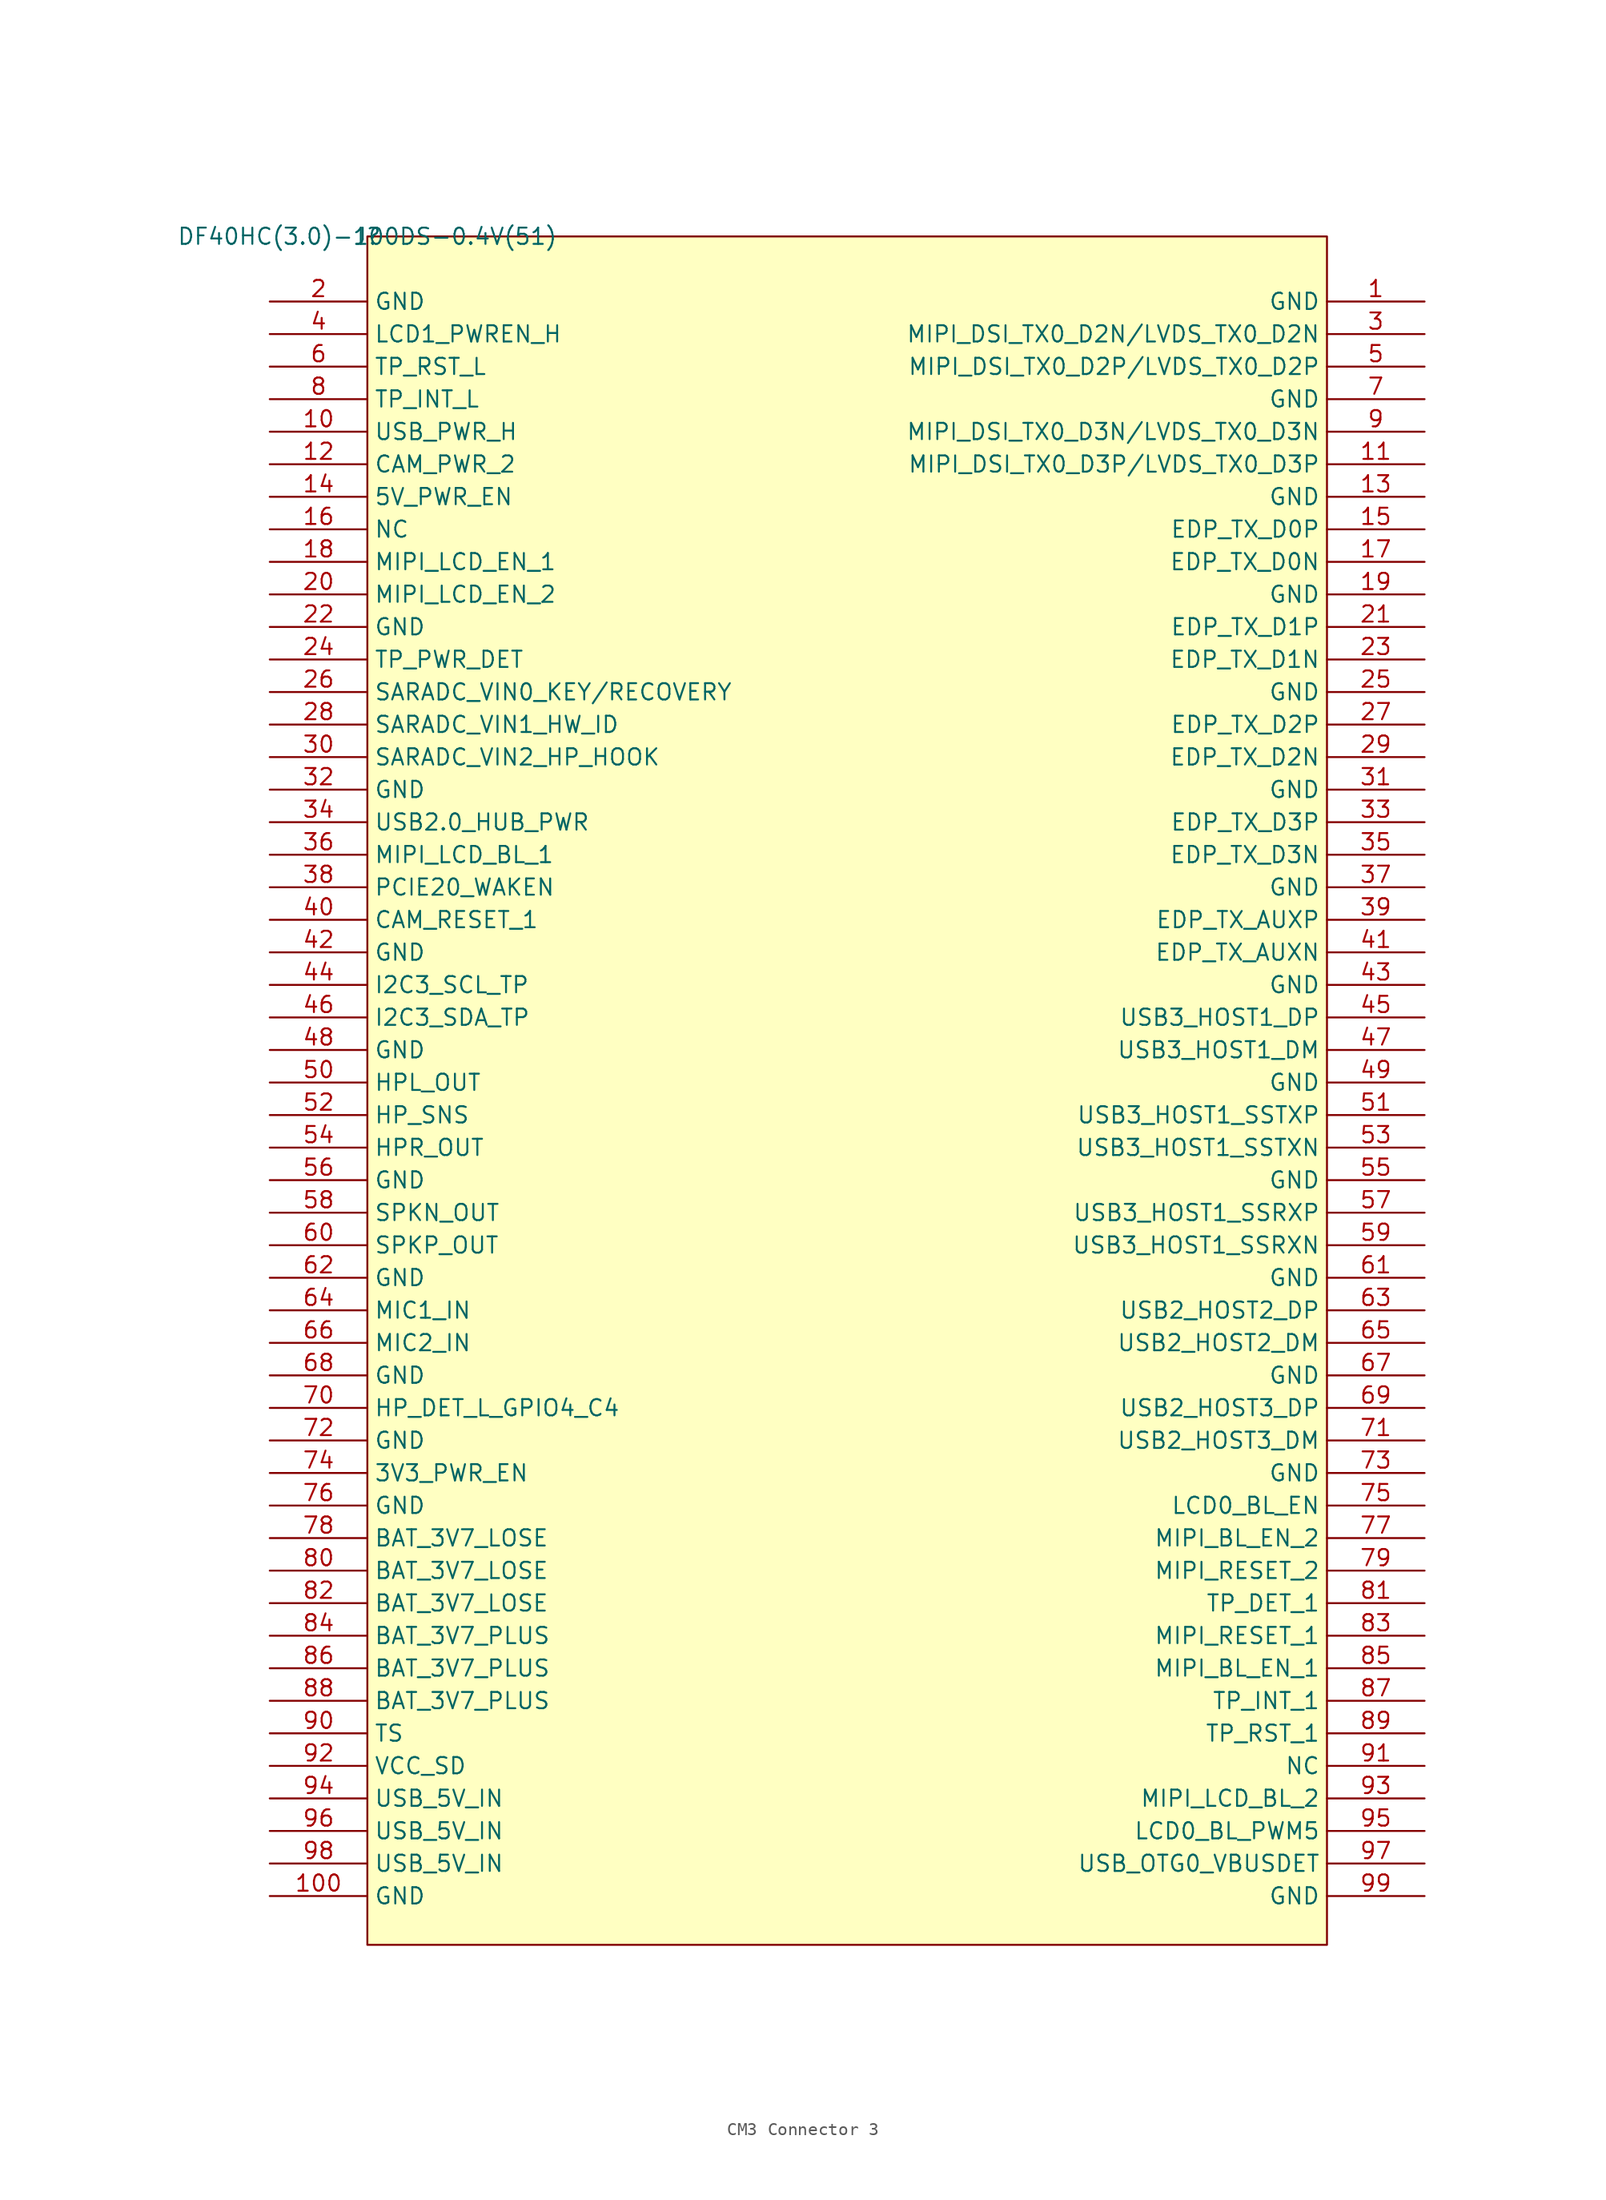
<source format=kicad_sym>
(kicad_symbol_lib
  (version 20241209)
  (generator "kicad_symbol_editor")
  (generator_version "9.0")
  (symbol "CM3 Connector 3"
    (property "Reference" "J"
      (at 0 0 0)
      (effects (font (size 1.27 1.27))))
    (property "Value" "DF40HC(3.0)-100DS-0.4V(51)"
      (at 0 0 0)
      (effects (font (size 1.27 1.27))))
    (symbol "CM3 Connector 3_1_0"
      (rectangle (start 0 0) (end 74.93 -133.35) (stroke (width 0) (type solid) (color 128 0 0 1)) (fill (type background)))
      (pin passive line (at -7.62 -5.08 0) (length 7.62) (name "GND" (effects (font (size 1.27 1.27)))) (number "2" (effects (font (size 1.27 1.27)))))
      (pin passive line (at -7.62 -7.62 0) (length 7.62) (name "LCD1_PWREN_H" (effects (font (size 1.27 1.27)))) (number "4" (effects (font (size 1.27 1.27)))))
      (pin passive line (at -7.62 -10.16 0) (length 7.62) (name "TP_RST_L" (effects (font (size 1.27 1.27)))) (number "6" (effects (font (size 1.27 1.27)))))
      (pin passive line (at -7.62 -12.7 0) (length 7.62) (name "TP_INT_L" (effects (font (size 1.27 1.27)))) (number "8" (effects (font (size 1.27 1.27)))))
      (pin passive line (at -7.62 -15.24 0) (length 7.62) (name "USB_PWR_H" (effects (font (size 1.27 1.27)))) (number "10" (effects (font (size 1.27 1.27)))))
      (pin passive line (at -7.62 -17.78 0) (length 7.62) (name "CAM_PWR_2" (effects (font (size 1.27 1.27)))) (number "12" (effects (font (size 1.27 1.27)))))
      (pin passive line (at -7.62 -20.32 0) (length 7.62) (name "5V_PWR_EN" (effects (font (size 1.27 1.27)))) (number "14" (effects (font (size 1.27 1.27)))))
      (pin passive line (at -7.62 -22.86 0) (length 7.62) (name "NC" (effects (font (size 1.27 1.27)))) (number "16" (effects (font (size 1.27 1.27)))))
      (pin passive line (at -7.62 -25.4 0) (length 7.62) (name "MIPI_LCD_EN_1" (effects (font (size 1.27 1.27)))) (number "18" (effects (font (size 1.27 1.27)))))
      (pin passive line (at -7.62 -27.94 0) (length 7.62) (name "MIPI_LCD_EN_2" (effects (font (size 1.27 1.27)))) (number "20" (effects (font (size 1.27 1.27)))))
      (pin passive line (at -7.62 -30.48 0) (length 7.62) (name "GND" (effects (font (size 1.27 1.27)))) (number "22" (effects (font (size 1.27 1.27)))))
      (pin passive line (at -7.62 -33.02 0) (length 7.62) (name "TP_PWR_DET" (effects (font (size 1.27 1.27)))) (number "24" (effects (font (size 1.27 1.27)))))
      (pin passive line (at -7.62 -35.56 0) (length 7.62) (name "SARADC_VIN0_KEY/RECOVERY" (effects (font (size 1.27 1.27)))) (number "26" (effects (font (size 1.27 1.27)))))
      (pin passive line (at -7.62 -38.1 0) (length 7.62) (name "SARADC_VIN1_HW_ID" (effects (font (size 1.27 1.27)))) (number "28" (effects (font (size 1.27 1.27)))))
      (pin passive line (at -7.62 -40.64 0) (length 7.62) (name "SARADC_VIN2_HP_HOOK" (effects (font (size 1.27 1.27)))) (number "30" (effects (font (size 1.27 1.27)))))
      (pin passive line (at -7.62 -43.18 0) (length 7.62) (name "GND" (effects (font (size 1.27 1.27)))) (number "32" (effects (font (size 1.27 1.27)))))
      (pin passive line (at -7.62 -45.72 0) (length 7.62) (name "USB2.0_HUB_PWR" (effects (font (size 1.27 1.27)))) (number "34" (effects (font (size 1.27 1.27)))))
      (pin passive line (at -7.62 -48.26 0) (length 7.62) (name "MIPI_LCD_BL_1" (effects (font (size 1.27 1.27)))) (number "36" (effects (font (size 1.27 1.27)))))
      (pin passive line (at -7.62 -50.8 0) (length 7.62) (name "PCIE20_WAKEN" (effects (font (size 1.27 1.27)))) (number "38" (effects (font (size 1.27 1.27)))))
      (pin passive line (at -7.62 -53.34 0) (length 7.62) (name "CAM_RESET_1" (effects (font (size 1.27 1.27)))) (number "40" (effects (font (size 1.27 1.27)))))
      (pin passive line (at -7.62 -55.88 0) (length 7.62) (name "GND" (effects (font (size 1.27 1.27)))) (number "42" (effects (font (size 1.27 1.27)))))
      (pin passive line (at -7.62 -58.42 0) (length 7.62) (name "I2C3_SCL_TP" (effects (font (size 1.27 1.27)))) (number "44" (effects (font (size 1.27 1.27)))))
      (pin passive line (at -7.62 -60.96 0) (length 7.62) (name "I2C3_SDA_TP" (effects (font (size 1.27 1.27)))) (number "46" (effects (font (size 1.27 1.27)))))
      (pin passive line (at -7.62 -63.5 0) (length 7.62) (name "GND" (effects (font (size 1.27 1.27)))) (number "48" (effects (font (size 1.27 1.27)))))
      (pin passive line (at -7.62 -66.04 0) (length 7.62) (name "HPL_OUT" (effects (font (size 1.27 1.27)))) (number "50" (effects (font (size 1.27 1.27)))))
      (pin passive line (at -7.62 -68.58 0) (length 7.62) (name "HP_SNS" (effects (font (size 1.27 1.27)))) (number "52" (effects (font (size 1.27 1.27)))))
      (pin passive line (at -7.62 -71.12 0) (length 7.62) (name "HPR_OUT" (effects (font (size 1.27 1.27)))) (number "54" (effects (font (size 1.27 1.27)))))
      (pin passive line (at -7.62 -73.66 0) (length 7.62) (name "GND" (effects (font (size 1.27 1.27)))) (number "56" (effects (font (size 1.27 1.27)))))
      (pin passive line (at -7.62 -76.2 0) (length 7.62) (name "SPKN_OUT" (effects (font (size 1.27 1.27)))) (number "58" (effects (font (size 1.27 1.27)))))
      (pin passive line (at -7.62 -78.74 0) (length 7.62) (name "SPKP_OUT" (effects (font (size 1.27 1.27)))) (number "60" (effects (font (size 1.27 1.27)))))
      (pin passive line (at -7.62 -81.28 0) (length 7.62) (name "GND" (effects (font (size 1.27 1.27)))) (number "62" (effects (font (size 1.27 1.27)))))
      (pin passive line (at -7.62 -83.82 0) (length 7.62) (name "MIC1_IN" (effects (font (size 1.27 1.27)))) (number "64" (effects (font (size 1.27 1.27)))))
      (pin passive line (at -7.62 -86.36 0) (length 7.62) (name "MIC2_IN" (effects (font (size 1.27 1.27)))) (number "66" (effects (font (size 1.27 1.27)))))
      (pin passive line (at -7.62 -88.9 0) (length 7.62) (name "GND" (effects (font (size 1.27 1.27)))) (number "68" (effects (font (size 1.27 1.27)))))
      (pin passive line (at -7.62 -91.44 0) (length 7.62) (name "HP_DET_L_GPIO4_C4" (effects (font (size 1.27 1.27)))) (number "70" (effects (font (size 1.27 1.27)))))
      (pin passive line (at -7.62 -93.98 0) (length 7.62) (name "GND" (effects (font (size 1.27 1.27)))) (number "72" (effects (font (size 1.27 1.27)))))
      (pin passive line (at -7.62 -96.52 0) (length 7.62) (name "3V3_PWR_EN" (effects (font (size 1.27 1.27)))) (number "74" (effects (font (size 1.27 1.27)))))
      (pin passive line (at -7.62 -99.06 0) (length 7.62) (name "GND" (effects (font (size 1.27 1.27)))) (number "76" (effects (font (size 1.27 1.27)))))
      (pin passive line (at -7.62 -101.6 0) (length 7.62) (name "BAT_3V7_LOSE" (effects (font (size 1.27 1.27)))) (number "78" (effects (font (size 1.27 1.27)))))
      (pin passive line (at -7.62 -104.14 0) (length 7.62) (name "BAT_3V7_LOSE" (effects (font (size 1.27 1.27)))) (number "80" (effects (font (size 1.27 1.27)))))
      (pin passive line (at -7.62 -106.68 0) (length 7.62) (name "BAT_3V7_LOSE" (effects (font (size 1.27 1.27)))) (number "82" (effects (font (size 1.27 1.27)))))
      (pin passive line (at -7.62 -109.22 0) (length 7.62) (name "BAT_3V7_PLUS" (effects (font (size 1.27 1.27)))) (number "84" (effects (font (size 1.27 1.27)))))
      (pin passive line (at -7.62 -111.76 0) (length 7.62) (name "BAT_3V7_PLUS" (effects (font (size 1.27 1.27)))) (number "86" (effects (font (size 1.27 1.27)))))
      (pin passive line (at -7.62 -114.3 0) (length 7.62) (name "BAT_3V7_PLUS" (effects (font (size 1.27 1.27)))) (number "88" (effects (font (size 1.27 1.27)))))
      (pin passive line (at -7.62 -116.84 0) (length 7.62) (name "TS" (effects (font (size 1.27 1.27)))) (number "90" (effects (font (size 1.27 1.27)))))
      (pin passive line (at -7.62 -119.38 0) (length 7.62) (name "VCC_SD" (effects (font (size 1.27 1.27)))) (number "92" (effects (font (size 1.27 1.27)))))
      (pin passive line (at -7.62 -121.92 0) (length 7.62) (name "USB_5V_IN" (effects (font (size 1.27 1.27)))) (number "94" (effects (font (size 1.27 1.27)))))
      (pin passive line (at -7.62 -124.46 0) (length 7.62) (name "USB_5V_IN" (effects (font (size 1.27 1.27)))) (number "96" (effects (font (size 1.27 1.27)))))
      (pin passive line (at -7.62 -127 0) (length 7.62) (name "USB_5V_IN" (effects (font (size 1.27 1.27)))) (number "98" (effects (font (size 1.27 1.27)))))
      (pin passive line (at -7.62 -129.54 0) (length 7.62) (name "GND" (effects (font (size 1.27 1.27)))) (number "100" (effects (font (size 1.27 1.27)))))
      (pin passive line (at 82.55 -5.08 180) (length 7.62) (name "GND" (effects (font (size 1.27 1.27)))) (number "1" (effects (font (size 1.27 1.27)))))
      (pin passive line (at 82.55 -7.62 180) (length 7.62) (name "MIPI_DSI_TX0_D2N/LVDS_TX0_D2N" (effects (font (size 1.27 1.27)))) (number "3" (effects (font (size 1.27 1.27)))))
      (pin passive line (at 82.55 -10.16 180) (length 7.62) (name "MIPI_DSI_TX0_D2P/LVDS_TX0_D2P" (effects (font (size 1.27 1.27)))) (number "5" (effects (font (size 1.27 1.27)))))
      (pin passive line (at 82.55 -12.7 180) (length 7.62) (name "GND" (effects (font (size 1.27 1.27)))) (number "7" (effects (font (size 1.27 1.27)))))
      (pin passive line (at 82.55 -15.24 180) (length 7.62) (name "MIPI_DSI_TX0_D3N/LVDS_TX0_D3N" (effects (font (size 1.27 1.27)))) (number "9" (effects (font (size 1.27 1.27)))))
      (pin passive line (at 82.55 -17.78 180) (length 7.62) (name "MIPI_DSI_TX0_D3P/LVDS_TX0_D3P" (effects (font (size 1.27 1.27)))) (number "11" (effects (font (size 1.27 1.27)))))
      (pin passive line (at 82.55 -20.32 180) (length 7.62) (name "GND" (effects (font (size 1.27 1.27)))) (number "13" (effects (font (size 1.27 1.27)))))
      (pin passive line (at 82.55 -22.86 180) (length 7.62) (name "EDP_TX_D0P" (effects (font (size 1.27 1.27)))) (number "15" (effects (font (size 1.27 1.27)))))
      (pin passive line (at 82.55 -25.4 180) (length 7.62) (name "EDP_TX_D0N" (effects (font (size 1.27 1.27)))) (number "17" (effects (font (size 1.27 1.27)))))
      (pin passive line (at 82.55 -27.94 180) (length 7.62) (name "GND" (effects (font (size 1.27 1.27)))) (number "19" (effects (font (size 1.27 1.27)))))
      (pin passive line (at 82.55 -30.48 180) (length 7.62) (name "EDP_TX_D1P" (effects (font (size 1.27 1.27)))) (number "21" (effects (font (size 1.27 1.27)))))
      (pin passive line (at 82.55 -33.02 180) (length 7.62) (name "EDP_TX_D1N" (effects (font (size 1.27 1.27)))) (number "23" (effects (font (size 1.27 1.27)))))
      (pin passive line (at 82.55 -35.56 180) (length 7.62) (name "GND" (effects (font (size 1.27 1.27)))) (number "25" (effects (font (size 1.27 1.27)))))
      (pin passive line (at 82.55 -38.1 180) (length 7.62) (name "EDP_TX_D2P" (effects (font (size 1.27 1.27)))) (number "27" (effects (font (size 1.27 1.27)))))
      (pin passive line (at 82.55 -40.64 180) (length 7.62) (name "EDP_TX_D2N" (effects (font (size 1.27 1.27)))) (number "29" (effects (font (size 1.27 1.27)))))
      (pin passive line (at 82.55 -43.18 180) (length 7.62) (name "GND" (effects (font (size 1.27 1.27)))) (number "31" (effects (font (size 1.27 1.27)))))
      (pin passive line (at 82.55 -45.72 180) (length 7.62) (name "EDP_TX_D3P" (effects (font (size 1.27 1.27)))) (number "33" (effects (font (size 1.27 1.27)))))
      (pin passive line (at 82.55 -48.26 180) (length 7.62) (name "EDP_TX_D3N" (effects (font (size 1.27 1.27)))) (number "35" (effects (font (size 1.27 1.27)))))
      (pin passive line (at 82.55 -50.8 180) (length 7.62) (name "GND" (effects (font (size 1.27 1.27)))) (number "37" (effects (font (size 1.27 1.27)))))
      (pin passive line (at 82.55 -53.34 180) (length 7.62) (name "EDP_TX_AUXP" (effects (font (size 1.27 1.27)))) (number "39" (effects (font (size 1.27 1.27)))))
      (pin passive line (at 82.55 -55.88 180) (length 7.62) (name "EDP_TX_AUXN" (effects (font (size 1.27 1.27)))) (number "41" (effects (font (size 1.27 1.27)))))
      (pin passive line (at 82.55 -58.42 180) (length 7.62) (name "GND" (effects (font (size 1.27 1.27)))) (number "43" (effects (font (size 1.27 1.27)))))
      (pin passive line (at 82.55 -60.96 180) (length 7.62) (name "USB3_HOST1_DP" (effects (font (size 1.27 1.27)))) (number "45" (effects (font (size 1.27 1.27)))))
      (pin passive line (at 82.55 -63.5 180) (length 7.62) (name "USB3_HOST1_DM" (effects (font (size 1.27 1.27)))) (number "47" (effects (font (size 1.27 1.27)))))
      (pin passive line (at 82.55 -66.04 180) (length 7.62) (name "GND" (effects (font (size 1.27 1.27)))) (number "49" (effects (font (size 1.27 1.27)))))
      (pin passive line (at 82.55 -68.58 180) (length 7.62) (name "USB3_HOST1_SSTXP" (effects (font (size 1.27 1.27)))) (number "51" (effects (font (size 1.27 1.27)))))
      (pin passive line (at 82.55 -71.12 180) (length 7.62) (name "USB3_HOST1_SSTXN" (effects (font (size 1.27 1.27)))) (number "53" (effects (font (size 1.27 1.27)))))
      (pin passive line (at 82.55 -73.66 180) (length 7.62) (name "GND" (effects (font (size 1.27 1.27)))) (number "55" (effects (font (size 1.27 1.27)))))
      (pin passive line (at 82.55 -76.2 180) (length 7.62) (name "USB3_HOST1_SSRXP" (effects (font (size 1.27 1.27)))) (number "57" (effects (font (size 1.27 1.27)))))
      (pin passive line (at 82.55 -78.74 180) (length 7.62) (name "USB3_HOST1_SSRXN" (effects (font (size 1.27 1.27)))) (number "59" (effects (font (size 1.27 1.27)))))
      (pin passive line (at 82.55 -81.28 180) (length 7.62) (name "GND" (effects (font (size 1.27 1.27)))) (number "61" (effects (font (size 1.27 1.27)))))
      (pin passive line (at 82.55 -83.82 180) (length 7.62) (name "USB2_HOST2_DP" (effects (font (size 1.27 1.27)))) (number "63" (effects (font (size 1.27 1.27)))))
      (pin passive line (at 82.55 -86.36 180) (length 7.62) (name "USB2_HOST2_DM" (effects (font (size 1.27 1.27)))) (number "65" (effects (font (size 1.27 1.27)))))
      (pin passive line (at 82.55 -88.9 180) (length 7.62) (name "GND" (effects (font (size 1.27 1.27)))) (number "67" (effects (font (size 1.27 1.27)))))
      (pin passive line (at 82.55 -91.44 180) (length 7.62) (name "USB2_HOST3_DP" (effects (font (size 1.27 1.27)))) (number "69" (effects (font (size 1.27 1.27)))))
      (pin passive line (at 82.55 -93.98 180) (length 7.62) (name "USB2_HOST3_DM" (effects (font (size 1.27 1.27)))) (number "71" (effects (font (size 1.27 1.27)))))
      (pin passive line (at 82.55 -96.52 180) (length 7.62) (name "GND" (effects (font (size 1.27 1.27)))) (number "73" (effects (font (size 1.27 1.27)))))
      (pin passive line (at 82.55 -99.06 180) (length 7.62) (name "LCD0_BL_EN" (effects (font (size 1.27 1.27)))) (number "75" (effects (font (size 1.27 1.27)))))
      (pin passive line (at 82.55 -101.6 180) (length 7.62) (name "MIPI_BL_EN_2" (effects (font (size 1.27 1.27)))) (number "77" (effects (font (size 1.27 1.27)))))
      (pin passive line (at 82.55 -104.14 180) (length 7.62) (name "MIPI_RESET_2" (effects (font (size 1.27 1.27)))) (number "79" (effects (font (size 1.27 1.27)))))
      (pin passive line (at 82.55 -106.68 180) (length 7.62) (name "TP_DET_1" (effects (font (size 1.27 1.27)))) (number "81" (effects (font (size 1.27 1.27)))))
      (pin passive line (at 82.55 -109.22 180) (length 7.62) (name "MIPI_RESET_1" (effects (font (size 1.27 1.27)))) (number "83" (effects (font (size 1.27 1.27)))))
      (pin passive line (at 82.55 -111.76 180) (length 7.62) (name "MIPI_BL_EN_1" (effects (font (size 1.27 1.27)))) (number "85" (effects (font (size 1.27 1.27)))))
      (pin passive line (at 82.55 -114.3 180) (length 7.62) (name "TP_INT_1" (effects (font (size 1.27 1.27)))) (number "87" (effects (font (size 1.27 1.27)))))
      (pin passive line (at 82.55 -116.84 180) (length 7.62) (name "TP_RST_1" (effects (font (size 1.27 1.27)))) (number "89" (effects (font (size 1.27 1.27)))))
      (pin passive line (at 82.55 -119.38 180) (length 7.62) (name "NC" (effects (font (size 1.27 1.27)))) (number "91" (effects (font (size 1.27 1.27)))))
      (pin passive line (at 82.55 -121.92 180) (length 7.62) (name "MIPI_LCD_BL_2" (effects (font (size 1.27 1.27)))) (number "93" (effects (font (size 1.27 1.27)))))
      (pin passive line (at 82.55 -124.46 180) (length 7.62) (name "LCD0_BL_PWM5" (effects (font (size 1.27 1.27)))) (number "95" (effects (font (size 1.27 1.27)))))
      (pin passive line (at 82.55 -127 180) (length 7.62) (name "USB_OTG0_VBUSDET" (effects (font (size 1.27 1.27)))) (number "97" (effects (font (size 1.27 1.27)))))
      (pin passive line (at 82.55 -129.54 180) (length 7.62) (name "GND" (effects (font (size 1.27 1.27)))) (number "99" (effects (font (size 1.27 1.27))))))))
</source>
